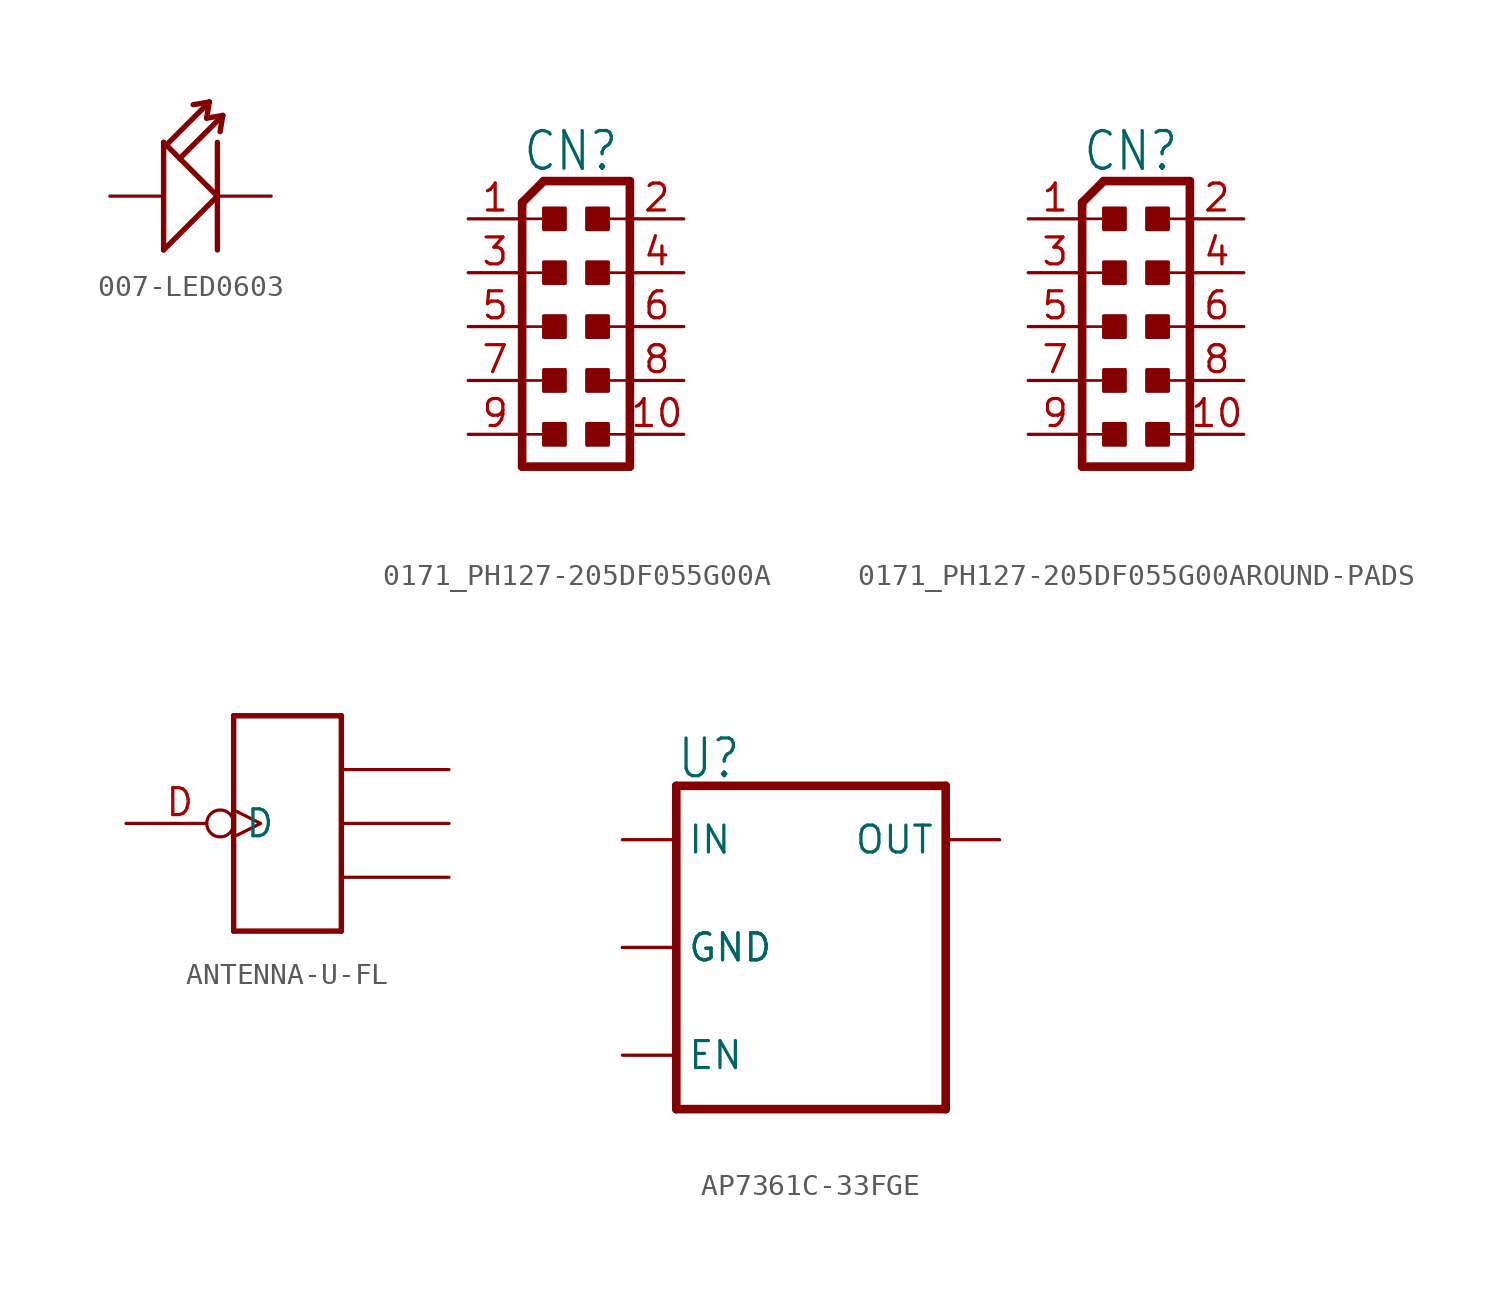
<source format=kicad_sym>
(kicad_symbol_lib
  (version 20220914)
  (generator kicad_symbol_editor)
  (symbol "007-LED0603"
    (property "Reference" "D"
      (at -3.81 0 0)
      (effects (font (size 1.27 1.079)) (justify left bottom) hide))
    (property "ki_locked" ""
      (at 0 0 0)
      (effects (font (size 1.27 1.27))))
    (symbol "007-LED0603_1_0"
      (polyline (pts (xy -1.27 -2.54) (xy -1.27 2.54)) (stroke (width 0.254) (type solid)) (fill (type none)))
      (polyline (pts (xy -1.27 2.54) (xy -1.143 2.413)) (stroke (width 0.254) (type solid)) (fill (type none)))
      (polyline (pts (xy -1.143 2.413) (xy -0.508 1.778)) (stroke (width 0.254) (type solid)) (fill (type none)))
      (polyline (pts (xy -1.143 2.413) (xy 0.889 4.445)) (stroke (width 0.254) (type solid)) (fill (type none)))
      (polyline (pts (xy -0.508 1.778) (xy 1.27 0)) (stroke (width 0.254) (type solid)) (fill (type none)))
      (polyline (pts (xy -0.508 1.778) (xy 1.524 3.81)) (stroke (width 0.254) (type solid)) (fill (type none)))
      (polyline (pts (xy 0.889 4.445) (xy 0.127 4.318)) (stroke (width 0.254) (type solid)) (fill (type none)))
      (polyline (pts (xy 0.889 4.445) (xy 0.762 3.683)) (stroke (width 0.254) (type solid)) (fill (type none)))
      (polyline (pts (xy 1.27 0) (xy -1.27 -2.54)) (stroke (width 0.254) (type solid)) (fill (type none)))
      (polyline (pts (xy 1.27 2.54) (xy 1.27 -2.54)) (stroke (width 0.254) (type solid)) (fill (type none)))
      (polyline (pts (xy 1.524 3.81) (xy 0.762 3.683)) (stroke (width 0.254) (type solid)) (fill (type none)))
      (polyline (pts (xy 1.524 3.81) (xy 1.397 3.048)) (stroke (width 0.254) (type solid)) (fill (type none)))
      (pin passive line (at -3.81 0 0) (length 2.54) (name "+" (effects (font (size 0 0)))) (number "+" (effects (font (size 0 0)))))
      (pin passive line (at 3.81 0 180) (length 2.54) (name "-" (effects (font (size 0 0)))) (number "-" (effects (font (size 0 0)))))))
  (symbol "0171_PH127-205DF055G00A"
    (property "Reference" "CN"
      (at -2.54 7.239 0)
      (effects (font (size 1.778 1.511)) (justify left bottom)))
    (property "Value" ""
      (at -2.54 -8.89 0)
      (effects (font (size 1.778 1.511)) (justify left bottom)))
    (property "ki_locked" ""
      (at 0 0 0)
      (effects (font (size 1.27 1.27))))
    (symbol "0171_PH127-205DF055G00A_1_0"
      (rectangle (start -1.524 -5.588) (end -0.508 -4.572) (stroke (width 0) (type default)) (fill (type outline)))
      (rectangle (start -1.524 -3.048) (end -0.508 -2.032) (stroke (width 0) (type default)) (fill (type outline)))
      (rectangle (start -1.524 -0.508) (end -0.508 0.508) (stroke (width 0) (type default)) (fill (type outline)))
      (rectangle (start -1.524 2.032) (end -0.508 3.048) (stroke (width 0) (type default)) (fill (type outline)))
      (rectangle (start -1.524 4.572) (end -0.508 5.588) (stroke (width 0) (type default)) (fill (type outline)))
      (polyline (pts (xy -2.54 -6.604) (xy 2.54 -6.604)) (stroke (width 0.406) (type solid)) (fill (type none)))
      (polyline (pts (xy -2.54 -5.08) (xy -2.54 -6.604)) (stroke (width 0.406) (type solid)) (fill (type none)))
      (polyline (pts (xy -2.54 -5.08) (xy -1.016 -5.08)) (stroke (width 0.127) (type solid)) (fill (type none)))
      (polyline (pts (xy -2.54 -2.54) (xy -2.54 -5.08)) (stroke (width 0.406) (type solid)) (fill (type none)))
      (polyline (pts (xy -2.54 -2.54) (xy -1.016 -2.54)) (stroke (width 0.127) (type solid)) (fill (type none)))
      (polyline (pts (xy -2.54 0) (xy -2.54 -2.54)) (stroke (width 0.406) (type solid)) (fill (type none)))
      (polyline (pts (xy -2.54 0) (xy -1.016 0)) (stroke (width 0.127) (type solid)) (fill (type none)))
      (polyline (pts (xy -2.54 2.54) (xy -2.54 0)) (stroke (width 0.406) (type solid)) (fill (type none)))
      (polyline (pts (xy -2.54 2.54) (xy -1.016 2.54)) (stroke (width 0.127) (type solid)) (fill (type none)))
      (polyline (pts (xy -2.54 5.08) (xy -2.54 2.54)) (stroke (width 0.406) (type solid)) (fill (type none)))
      (polyline (pts (xy -2.54 5.08) (xy -1.016 5.08)) (stroke (width 0.127) (type solid)) (fill (type none)))
      (polyline (pts (xy -2.54 5.842) (xy -2.54 5.08)) (stroke (width 0.406) (type solid)) (fill (type none)))
      (polyline (pts (xy -2.54 5.842) (xy -1.524 6.858)) (stroke (width 0.406) (type solid)) (fill (type none)))
      (polyline (pts (xy 1.016 -5.08) (xy 2.54 -5.08)) (stroke (width 0.127) (type solid)) (fill (type none)))
      (polyline (pts (xy 1.016 -2.54) (xy 2.54 -2.54)) (stroke (width 0.127) (type solid)) (fill (type none)))
      (polyline (pts (xy 1.016 0) (xy 2.54 0)) (stroke (width 0.127) (type solid)) (fill (type none)))
      (polyline (pts (xy 1.016 2.54) (xy 2.54 2.54)) (stroke (width 0.127) (type solid)) (fill (type none)))
      (polyline (pts (xy 1.016 5.08) (xy 2.54 5.08)) (stroke (width 0.127) (type solid)) (fill (type none)))
      (polyline (pts (xy 2.54 -6.604) (xy 2.54 -5.08)) (stroke (width 0.406) (type solid)) (fill (type none)))
      (polyline (pts (xy 2.54 -5.08) (xy 2.54 -2.54)) (stroke (width 0.406) (type solid)) (fill (type none)))
      (polyline (pts (xy 2.54 -2.54) (xy 2.54 0)) (stroke (width 0.406) (type solid)) (fill (type none)))
      (polyline (pts (xy 2.54 0) (xy 2.54 2.54)) (stroke (width 0.406) (type solid)) (fill (type none)))
      (polyline (pts (xy 2.54 2.54) (xy 2.54 5.08)) (stroke (width 0.406) (type solid)) (fill (type none)))
      (polyline (pts (xy 2.54 5.08) (xy 2.54 6.858)) (stroke (width 0.406) (type solid)) (fill (type none)))
      (polyline (pts (xy 2.54 6.858) (xy -1.524 6.858)) (stroke (width 0.406) (type solid)) (fill (type none)))
      (rectangle (start 0.508 -5.588) (end 1.524 -4.572) (stroke (width 0) (type default)) (fill (type outline)))
      (rectangle (start 0.508 -3.048) (end 1.524 -2.032) (stroke (width 0) (type default)) (fill (type outline)))
      (rectangle (start 0.508 -0.508) (end 1.524 0.508) (stroke (width 0) (type default)) (fill (type outline)))
      (rectangle (start 0.508 2.032) (end 1.524 3.048) (stroke (width 0) (type default)) (fill (type outline)))
      (rectangle (start 0.508 4.572) (end 1.524 5.588) (stroke (width 0) (type default)) (fill (type outline)))
      (pin passive line (at -5.08 5.08 0) (length 2.54) (name "1" (effects (font (size 0 0)))) (number "1" (effects (font (size 1.27 1.27)))))
      (pin passive line (at 5.08 -5.08 180) (length 2.54) (name "10" (effects (font (size 0 0)))) (number "10" (effects (font (size 1.27 1.27)))))
      (pin passive line (at 5.08 5.08 180) (length 2.54) (name "2" (effects (font (size 0 0)))) (number "2" (effects (font (size 1.27 1.27)))))
      (pin passive line (at -5.08 2.54 0) (length 2.54) (name "3" (effects (font (size 0 0)))) (number "3" (effects (font (size 1.27 1.27)))))
      (pin passive line (at 5.08 2.54 180) (length 2.54) (name "4" (effects (font (size 0 0)))) (number "4" (effects (font (size 1.27 1.27)))))
      (pin passive line (at -5.08 0 0) (length 2.54) (name "5" (effects (font (size 0 0)))) (number "5" (effects (font (size 1.27 1.27)))))
      (pin passive line (at 5.08 0 180) (length 2.54) (name "6" (effects (font (size 0 0)))) (number "6" (effects (font (size 1.27 1.27)))))
      (pin passive line (at -5.08 -2.54 0) (length 2.54) (name "7" (effects (font (size 0 0)))) (number "7" (effects (font (size 1.27 1.27)))))
      (pin passive line (at 5.08 -2.54 180) (length 2.54) (name "8" (effects (font (size 0 0)))) (number "8" (effects (font (size 1.27 1.27)))))
      (pin passive line (at -5.08 -5.08 0) (length 2.54) (name "9" (effects (font (size 0 0)))) (number "9" (effects (font (size 1.27 1.27)))))))
  (symbol "0171_PH127-205DF055G00AROUND-PADS"
    (property "Reference" "CN"
      (at -2.54 7.239 0)
      (effects (font (size 1.778 1.511)) (justify left bottom)))
    (property "Value" ""
      (at -2.54 -8.89 0)
      (effects (font (size 1.778 1.511)) (justify left bottom)))
    (property "ki_locked" ""
      (at 0 0 0)
      (effects (font (size 1.27 1.27))))
    (symbol "0171_PH127-205DF055G00AROUND-PADS_1_0"
      (rectangle (start -1.524 -5.588) (end -0.508 -4.572) (stroke (width 0) (type default)) (fill (type outline)))
      (rectangle (start -1.524 -3.048) (end -0.508 -2.032) (stroke (width 0) (type default)) (fill (type outline)))
      (rectangle (start -1.524 -0.508) (end -0.508 0.508) (stroke (width 0) (type default)) (fill (type outline)))
      (rectangle (start -1.524 2.032) (end -0.508 3.048) (stroke (width 0) (type default)) (fill (type outline)))
      (rectangle (start -1.524 4.572) (end -0.508 5.588) (stroke (width 0) (type default)) (fill (type outline)))
      (polyline (pts (xy -2.54 -6.604) (xy 2.54 -6.604)) (stroke (width 0.406) (type solid)) (fill (type none)))
      (polyline (pts (xy -2.54 -5.08) (xy -2.54 -6.604)) (stroke (width 0.406) (type solid)) (fill (type none)))
      (polyline (pts (xy -2.54 -5.08) (xy -1.016 -5.08)) (stroke (width 0.127) (type solid)) (fill (type none)))
      (polyline (pts (xy -2.54 -2.54) (xy -2.54 -5.08)) (stroke (width 0.406) (type solid)) (fill (type none)))
      (polyline (pts (xy -2.54 -2.54) (xy -1.016 -2.54)) (stroke (width 0.127) (type solid)) (fill (type none)))
      (polyline (pts (xy -2.54 0) (xy -2.54 -2.54)) (stroke (width 0.406) (type solid)) (fill (type none)))
      (polyline (pts (xy -2.54 0) (xy -1.016 0)) (stroke (width 0.127) (type solid)) (fill (type none)))
      (polyline (pts (xy -2.54 2.54) (xy -2.54 0)) (stroke (width 0.406) (type solid)) (fill (type none)))
      (polyline (pts (xy -2.54 2.54) (xy -1.016 2.54)) (stroke (width 0.127) (type solid)) (fill (type none)))
      (polyline (pts (xy -2.54 5.08) (xy -2.54 2.54)) (stroke (width 0.406) (type solid)) (fill (type none)))
      (polyline (pts (xy -2.54 5.08) (xy -1.016 5.08)) (stroke (width 0.127) (type solid)) (fill (type none)))
      (polyline (pts (xy -2.54 5.842) (xy -2.54 5.08)) (stroke (width 0.406) (type solid)) (fill (type none)))
      (polyline (pts (xy -2.54 5.842) (xy -1.524 6.858)) (stroke (width 0.406) (type solid)) (fill (type none)))
      (polyline (pts (xy 1.016 -5.08) (xy 2.54 -5.08)) (stroke (width 0.127) (type solid)) (fill (type none)))
      (polyline (pts (xy 1.016 -2.54) (xy 2.54 -2.54)) (stroke (width 0.127) (type solid)) (fill (type none)))
      (polyline (pts (xy 1.016 0) (xy 2.54 0)) (stroke (width 0.127) (type solid)) (fill (type none)))
      (polyline (pts (xy 1.016 2.54) (xy 2.54 2.54)) (stroke (width 0.127) (type solid)) (fill (type none)))
      (polyline (pts (xy 1.016 5.08) (xy 2.54 5.08)) (stroke (width 0.127) (type solid)) (fill (type none)))
      (polyline (pts (xy 2.54 -6.604) (xy 2.54 -5.08)) (stroke (width 0.406) (type solid)) (fill (type none)))
      (polyline (pts (xy 2.54 -5.08) (xy 2.54 -2.54)) (stroke (width 0.406) (type solid)) (fill (type none)))
      (polyline (pts (xy 2.54 -2.54) (xy 2.54 0)) (stroke (width 0.406) (type solid)) (fill (type none)))
      (polyline (pts (xy 2.54 0) (xy 2.54 2.54)) (stroke (width 0.406) (type solid)) (fill (type none)))
      (polyline (pts (xy 2.54 2.54) (xy 2.54 5.08)) (stroke (width 0.406) (type solid)) (fill (type none)))
      (polyline (pts (xy 2.54 5.08) (xy 2.54 6.858)) (stroke (width 0.406) (type solid)) (fill (type none)))
      (polyline (pts (xy 2.54 6.858) (xy -1.524 6.858)) (stroke (width 0.406) (type solid)) (fill (type none)))
      (rectangle (start 0.508 -5.588) (end 1.524 -4.572) (stroke (width 0) (type default)) (fill (type outline)))
      (rectangle (start 0.508 -3.048) (end 1.524 -2.032) (stroke (width 0) (type default)) (fill (type outline)))
      (rectangle (start 0.508 -0.508) (end 1.524 0.508) (stroke (width 0) (type default)) (fill (type outline)))
      (rectangle (start 0.508 2.032) (end 1.524 3.048) (stroke (width 0) (type default)) (fill (type outline)))
      (rectangle (start 0.508 4.572) (end 1.524 5.588) (stroke (width 0) (type default)) (fill (type outline)))
      (pin passive line (at -5.08 5.08 0) (length 2.54) (name "1" (effects (font (size 0 0)))) (number "1" (effects (font (size 1.27 1.27)))))
      (pin passive line (at 5.08 -5.08 180) (length 2.54) (name "10" (effects (font (size 0 0)))) (number "10" (effects (font (size 1.27 1.27)))))
      (pin passive line (at 5.08 5.08 180) (length 2.54) (name "2" (effects (font (size 0 0)))) (number "2" (effects (font (size 1.27 1.27)))))
      (pin passive line (at -5.08 2.54 0) (length 2.54) (name "3" (effects (font (size 0 0)))) (number "3" (effects (font (size 1.27 1.27)))))
      (pin passive line (at 5.08 2.54 180) (length 2.54) (name "4" (effects (font (size 0 0)))) (number "4" (effects (font (size 1.27 1.27)))))
      (pin passive line (at -5.08 0 0) (length 2.54) (name "5" (effects (font (size 0 0)))) (number "5" (effects (font (size 1.27 1.27)))))
      (pin passive line (at 5.08 0 180) (length 2.54) (name "6" (effects (font (size 0 0)))) (number "6" (effects (font (size 1.27 1.27)))))
      (pin passive line (at -5.08 -2.54 0) (length 2.54) (name "7" (effects (font (size 0 0)))) (number "7" (effects (font (size 1.27 1.27)))))
      (pin passive line (at 5.08 -2.54 180) (length 2.54) (name "8" (effects (font (size 0 0)))) (number "8" (effects (font (size 1.27 1.27)))))
      (pin passive line (at -5.08 -5.08 0) (length 2.54) (name "9" (effects (font (size 0 0)))) (number "9" (effects (font (size 1.27 1.27)))))))
  (symbol "ANTENNA-U-FL"
    (property "Reference" "ANT"
      (at -3.81 5.08 0)
      (effects (font (size 1.778 1.511)) (justify left bottom) hide))
    (property "ki_locked" ""
      (at 0 0 0)
      (effects (font (size 1.27 1.27))))
    (symbol "ANTENNA-U-FL_1_0"
      (polyline (pts (xy -2.54 -5.08) (xy -2.54 5.08)) (stroke (width 0.254) (type solid)) (fill (type none)))
      (polyline (pts (xy -2.54 5.08) (xy 2.54 5.08)) (stroke (width 0.254) (type solid)) (fill (type none)))
      (polyline (pts (xy 2.54 -5.08) (xy -2.54 -5.08)) (stroke (width 0.254) (type solid)) (fill (type none)))
      (polyline (pts (xy 2.54 5.08) (xy 2.54 -5.08)) (stroke (width 0.254) (type solid)) (fill (type none)))
      (pin bidirectional inverted_clock (at -7.62 0 0) (length 5.08) (name "D" (effects (font (size 1.27 1.27)))) (number "D" (effects (font (size 1.27 1.27)))))
      (pin bidirectional line (at 7.62 2.54 180) (length 5.08) (name "GND1" (effects (font (size 0 0)))) (number "GND1" (effects (font (size 0 0)))))
      (pin bidirectional line (at 7.62 0 180) (length 5.08) (name "GND2" (effects (font (size 0 0)))) (number "GND2" (effects (font (size 0 0)))))
      (pin bidirectional line (at 7.62 -2.54 180) (length 5.08) (name "GND3" (effects (font (size 0 0)))) (number "GND3" (effects (font (size 0 0)))))))
  (symbol "AP7361C-33FGE"
    (property "Reference" "U"
      (at -7.62 7.874 0)
      (effects (font (size 1.778 1.511)) (justify left bottom)))
    (property "Value" ""
      (at -7.62 -7.874 0)
      (effects (font (size 1.778 1.511)) (justify left top)))
    (property "ki_locked" ""
      (at 0 0 0)
      (effects (font (size 1.27 1.27))))
    (symbol "AP7361C-33FGE_1_0"
      (polyline (pts (xy -7.62 -7.62) (xy 5.08 -7.62)) (stroke (width 0.406) (type solid)) (fill (type none)))
      (polyline (pts (xy -7.62 7.62) (xy -7.62 -7.62)) (stroke (width 0.406) (type solid)) (fill (type none)))
      (polyline (pts (xy 5.08 -7.62) (xy 5.08 7.62)) (stroke (width 0.406) (type solid)) (fill (type none)))
      (polyline (pts (xy 5.08 7.62) (xy -7.62 7.62)) (stroke (width 0.406) (type solid)) (fill (type none)))
      (pin output line (at 7.62 5.08 180) (length 2.54) (name "OUT" (effects (font (size 1.27 1.27)))) (number "1" (effects (font (size 0 0)))))
      (pin input line (at -10.16 0 0) (length 2.54) (name "GND" (effects (font (size 1.27 1.27)))) (number "4" (effects (font (size 0 0)))))
      (pin bidirectional line (at -10.16 -5.08 0) (length 2.54) (name "EN" (effects (font (size 1.27 1.27)))) (number "5" (effects (font (size 0 0)))))
      (pin input line (at -10.16 5.08 0) (length 2.54) (name "IN" (effects (font (size 1.27 1.27)))) (number "8" (effects (font (size 0 0)))))
      (pin input line (at -10.16 0 0) (length 2.54) (name "GND" (effects (font (size 1.27 1.27)))) (number "EP" (effects (font (size 0 0))))))))
</source>
